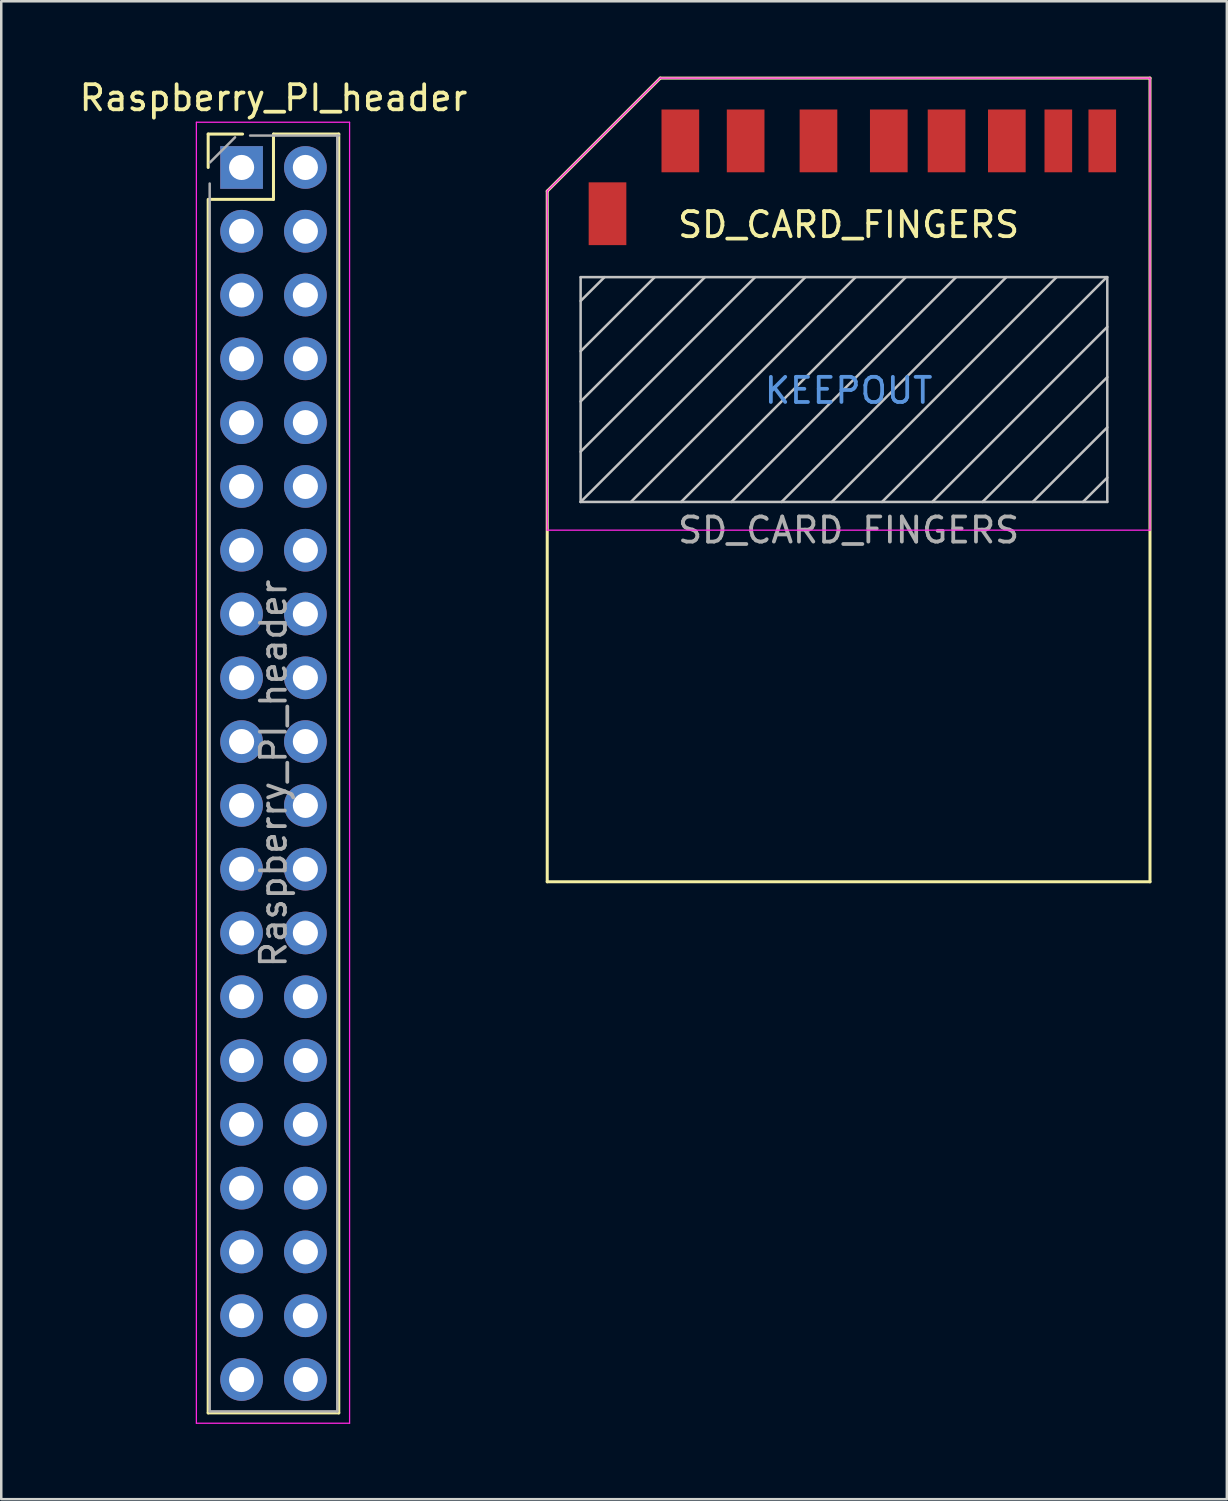
<source format=kicad_pcb>
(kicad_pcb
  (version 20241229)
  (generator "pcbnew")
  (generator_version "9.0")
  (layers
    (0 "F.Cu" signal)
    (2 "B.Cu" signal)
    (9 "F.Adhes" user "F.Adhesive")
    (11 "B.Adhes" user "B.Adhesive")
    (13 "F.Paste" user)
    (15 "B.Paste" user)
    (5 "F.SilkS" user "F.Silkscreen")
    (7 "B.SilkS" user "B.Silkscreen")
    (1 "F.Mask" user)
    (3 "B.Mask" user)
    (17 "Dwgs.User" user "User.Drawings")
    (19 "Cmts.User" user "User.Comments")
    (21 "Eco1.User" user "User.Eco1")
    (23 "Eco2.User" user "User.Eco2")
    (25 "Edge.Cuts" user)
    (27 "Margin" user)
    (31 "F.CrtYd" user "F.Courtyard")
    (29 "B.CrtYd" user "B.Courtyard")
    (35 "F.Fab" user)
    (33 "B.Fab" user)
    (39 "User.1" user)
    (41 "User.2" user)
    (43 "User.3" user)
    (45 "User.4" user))
  (footprint "Raspberry_PI_header"
    (layer "F.Cu")
    (at 9.109 3.618)
    (property "Reference" "Raspberry_PI_header" (at -1.27 -2.77 0) (layer "F.SilkS") (effects (font (size 1 1) (thickness 0.15))))
    (attr through_hole)
    (fp_line (start -3.87 -1.33) (end -3.87 0) (stroke (width 0.12) (type solid)) (layer "F.SilkS"))
    (fp_line (start -3.87 -1.33) (end -2.5 -1.33) (stroke (width 0.12) (type solid)) (layer "F.SilkS"))
    (fp_line (start -3.87 1.27) (end -3.87 49.59) (stroke (width 0.12) (type solid)) (layer "F.SilkS"))
    (fp_line (start -3.87 49.59) (end 1.33 49.59) (stroke (width 0.12) (type solid)) (layer "F.SilkS"))
    (fp_line (start -1.27 -1.33) (end -1.27 1.27) (stroke (width 0.12) (type solid)) (layer "F.SilkS"))
    (fp_line (start -1.27 -1.33) (end 1.33 -1.33) (stroke (width 0.12) (type solid)) (layer "F.SilkS"))
    (fp_line (start -1.27 1.27) (end -3.81 1.27) (stroke (width 0.12) (type solid)) (layer "F.SilkS"))
    (fp_line (start 1.33 -1.33) (end 1.33 49.59) (stroke (width 0.12) (type solid)) (layer "F.SilkS"))
    (fp_line (start -4.34 -1.8) (end 1.76 -1.8) (stroke (width 0.05) (type solid)) (layer "F.CrtYd"))
    (fp_line (start -4.34 50) (end -4.34 -1.8) (stroke (width 0.05) (type solid)) (layer "F.CrtYd"))
    (fp_line (start 1.76 -1.8) (end 1.76 50) (stroke (width 0.05) (type solid)) (layer "F.CrtYd"))
    (fp_line (start 1.76 50) (end -4.34 50) (stroke (width 0.05) (type solid)) (layer "F.CrtYd"))
    (fp_line (start -3.81 49.53) (end -3.81 0.64) (stroke (width 0.1) (type solid)) (layer "F.Fab"))
    (fp_line (start -3.8 -0.2) (end -2.8 -1.2) (stroke (width 0.1) (type solid)) (layer "F.Fab"))
    (fp_line (start -2.2 -1.27) (end 1.33 -1.27) (stroke (width 0.1) (type solid)) (layer "F.Fab"))
    (fp_line (start 1.27 -1.27) (end 1.27 49.53) (stroke (width 0.1) (type solid)) (layer "F.Fab"))
    (fp_line (start 1.27 49.53) (end -3.81 49.53) (stroke (width 0.1) (type solid)) (layer "F.Fab"))
    (fp_text user "${REFERENCE}" (at -1.27 24.13 90) (layer "F.Fab") (effects (font (size 1 1) (thickness 0.15))))
    (pad "1" thru_hole rect (at -2.54 0) (size 1.7 1.7) (drill 1) (layers "*.Cu" "*.Mask"))
    (pad "2" thru_hole circle (at 0 0) (size 1.7 1.7) (drill 1) (layers "*.Cu" "*.Mask"))
    (pad "3" thru_hole oval (at -2.54 2.54) (size 1.7 1.7) (drill 1) (layers "*.Cu" "*.Mask"))
    (pad "4" thru_hole oval (at 0 2.54) (size 1.7 1.7) (drill 1) (layers "*.Cu" "*.Mask"))
    (pad "5" thru_hole oval (at -2.54 5.08) (size 1.7 1.7) (drill 1) (layers "*.Cu" "*.Mask"))
    (pad "6" thru_hole oval (at 0 5.08) (size 1.7 1.7) (drill 1) (layers "*.Cu" "*.Mask"))
    (pad "7" thru_hole oval (at -2.54 7.62) (size 1.7 1.7) (drill 1) (layers "*.Cu" "*.Mask"))
    (pad "8" thru_hole oval (at 0 7.62) (size 1.7 1.7) (drill 1) (layers "*.Cu" "*.Mask"))
    (pad "9" thru_hole oval (at -2.54 10.16) (size 1.7 1.7) (drill 1) (layers "*.Cu" "*.Mask"))
    (pad "10" thru_hole oval (at 0 10.16) (size 1.7 1.7) (drill 1) (layers "*.Cu" "*.Mask"))
    (pad "11" thru_hole oval (at -2.54 12.7) (size 1.7 1.7) (drill 1) (layers "*.Cu" "*.Mask"))
    (pad "12" thru_hole oval (at 0 12.7) (size 1.7 1.7) (drill 1) (layers "*.Cu" "*.Mask"))
    (pad "13" thru_hole oval (at -2.54 15.24) (size 1.7 1.7) (drill 1) (layers "*.Cu" "*.Mask"))
    (pad "14" thru_hole oval (at 0 15.24) (size 1.7 1.7) (drill 1) (layers "*.Cu" "*.Mask"))
    (pad "15" thru_hole oval (at -2.54 17.78) (size 1.7 1.7) (drill 1) (layers "*.Cu" "*.Mask"))
    (pad "16" thru_hole oval (at 0 17.78) (size 1.7 1.7) (drill 1) (layers "*.Cu" "*.Mask"))
    (pad "17" thru_hole oval (at -2.54 20.32) (size 1.7 1.7) (drill 1) (layers "*.Cu" "*.Mask"))
    (pad "18" thru_hole oval (at 0 20.32) (size 1.7 1.7) (drill 1) (layers "*.Cu" "*.Mask"))
    (pad "19" thru_hole oval (at -2.54 22.86) (size 1.7 1.7) (drill 1) (layers "*.Cu" "*.Mask"))
    (pad "20" thru_hole oval (at 0 22.86) (size 1.7 1.7) (drill 1) (layers "*.Cu" "*.Mask"))
    (pad "21" thru_hole oval (at -2.54 25.4) (size 1.7 1.7) (drill 1) (layers "*.Cu" "*.Mask"))
    (pad "22" thru_hole oval (at 0 25.4) (size 1.7 1.7) (drill 1) (layers "*.Cu" "*.Mask"))
    (pad "23" thru_hole oval (at -2.54 27.94) (size 1.7 1.7) (drill 1) (layers "*.Cu" "*.Mask"))
    (pad "24" thru_hole oval (at 0 27.94) (size 1.7 1.7) (drill 1) (layers "*.Cu" "*.Mask"))
    (pad "25" thru_hole oval (at -2.54 30.48) (size 1.7 1.7) (drill 1) (layers "*.Cu" "*.Mask"))
    (pad "26" thru_hole oval (at 0 30.48) (size 1.7 1.7) (drill 1) (layers "*.Cu" "*.Mask"))
    (pad "27" thru_hole oval (at -2.54 33.02) (size 1.7 1.7) (drill 1) (layers "*.Cu" "*.Mask"))
    (pad "28" thru_hole oval (at 0 33.02) (size 1.7 1.7) (drill 1) (layers "*.Cu" "*.Mask"))
    (pad "29" thru_hole oval (at -2.54 35.56) (size 1.7 1.7) (drill 1) (layers "*.Cu" "*.Mask"))
    (pad "30" thru_hole oval (at 0 35.56) (size 1.7 1.7) (drill 1) (layers "*.Cu" "*.Mask"))
    (pad "31" thru_hole oval (at -2.54 38.1) (size 1.7 1.7) (drill 1) (layers "*.Cu" "*.Mask"))
    (pad "32" thru_hole oval (at 0 38.1) (size 1.7 1.7) (drill 1) (layers "*.Cu" "*.Mask"))
    (pad "33" thru_hole oval (at -2.54 40.64) (size 1.7 1.7) (drill 1) (layers "*.Cu" "*.Mask"))
    (pad "34" thru_hole oval (at 0 40.64) (size 1.7 1.7) (drill 1) (layers "*.Cu" "*.Mask"))
    (pad "35" thru_hole oval (at -2.54 43.18) (size 1.7 1.7) (drill 1) (layers "*.Cu" "*.Mask"))
    (pad "36" thru_hole oval (at 0 43.18) (size 1.7 1.7) (drill 1) (layers "*.Cu" "*.Mask"))
    (pad "37" thru_hole oval (at -2.54 45.72) (size 1.7 1.7) (drill 1) (layers "*.Cu" "*.Mask"))
    (pad "38" thru_hole oval (at 0 45.72) (size 1.7 1.7) (drill 1) (layers "*.Cu" "*.Mask"))
    (pad "39" thru_hole oval (at -2.54 48.26) (size 1.7 1.7) (drill 1) (layers "*.Cu" "*.Mask"))
    (pad "40" thru_hole oval (at 0 48.26) (size 1.7 1.7) (drill 1) (layers "*.Cu" "*.Mask")))
  (footprint "SD_CARD_FINGERS"
    (layer "F.Cu")
    (at 30.739 16.06)
    (property "Reference" "SD_CARD_FINGERS" (at 0 -10.16 0) (layer "F.SilkS") (effects (font (size 1 1) (thickness 0.15))))
    (attr smd)
    (fp_line (start -12 -11.5) (end -7.5 -16) (stroke (width 0.12) (type solid)) (layer "F.SilkS"))
    (fp_line (start -12 16) (end -12 -11.5) (stroke (width 0.12) (type solid)) (layer "F.SilkS"))
    (fp_line (start -7.5 -16) (end 12 -16) (stroke (width 0.12) (type solid)) (layer "F.SilkS"))
    (fp_line (start 12 -16) (end 12 16) (stroke (width 0.12) (type solid)) (layer "F.SilkS"))
    (fp_line (start 12 16) (end -12 16) (stroke (width 0.12) (type solid)) (layer "F.SilkS"))
    (fp_line (start -10.67 -8.075) (end -10.67 0.875) (stroke (width 0.1) (type solid)) (layer "Dwgs.User"))
    (fp_line (start -10.67 0.875) (end 10.3 0.875) (stroke (width 0.1) (type solid)) (layer "Dwgs.User"))
    (fp_line (start -9.72 -8.075) (end -10.67 -7.125) (stroke (width 0.1) (type solid)) (layer "Dwgs.User"))
    (fp_line (start -7.72 -8.075) (end -10.67 -5.125) (stroke (width 0.1) (type solid)) (layer "Dwgs.User"))
    (fp_line (start -5.72 -8.075) (end -10.67 -3.125) (stroke (width 0.1) (type solid)) (layer "Dwgs.User"))
    (fp_line (start -3.72 -8.075) (end -10.67 -1.125) (stroke (width 0.1) (type solid)) (layer "Dwgs.User"))
    (fp_line (start -1.72 -8.075) (end -10.67 0.875) (stroke (width 0.1) (type solid)) (layer "Dwgs.User"))
    (fp_line (start 0.28 -8.075) (end -8.67 0.875) (stroke (width 0.1) (type solid)) (layer "Dwgs.User"))
    (fp_line (start 2.28 -8.075) (end -6.67 0.875) (stroke (width 0.1) (type solid)) (layer "Dwgs.User"))
    (fp_line (start 4.28 -8.075) (end -4.67 0.875) (stroke (width 0.1) (type solid)) (layer "Dwgs.User"))
    (fp_line (start 6.28 -8.075) (end -2.67 0.875) (stroke (width 0.1) (type solid)) (layer "Dwgs.User"))
    (fp_line (start 8.28 -8.075) (end -0.67 0.875) (stroke (width 0.1) (type solid)) (layer "Dwgs.User"))
    (fp_line (start 10.28 -8.075) (end 1.33 0.875) (stroke (width 0.1) (type solid)) (layer "Dwgs.User"))
    (fp_line (start 10.3 -8.075) (end -10.67 -8.075) (stroke (width 0.1) (type solid)) (layer "Dwgs.User"))
    (fp_line (start 10.3 -6.095) (end 3.33 0.875) (stroke (width 0.1) (type solid)) (layer "Dwgs.User"))
    (fp_line (start 10.3 -4.095) (end 5.33 0.875) (stroke (width 0.1) (type solid)) (layer "Dwgs.User"))
    (fp_line (start 10.3 -2.095) (end 7.33 0.875) (stroke (width 0.1) (type solid)) (layer "Dwgs.User"))
    (fp_line (start 10.3 -0.095) (end 9.33 0.875) (stroke (width 0.1) (type solid)) (layer "Dwgs.User"))
    (fp_line (start 10.3 0.875) (end 10.3 -8.075) (stroke (width 0.1) (type solid)) (layer "Dwgs.User"))
    (fp_line (start -12 -11.5) (end -12 2) (stroke (width 0.05) (type solid)) (layer "F.CrtYd"))
    (fp_line (start -7.5 -16) (end -12 -11.5) (stroke (width 0.05) (type solid)) (layer "F.CrtYd"))
    (fp_line (start -7.5 -16) (end 12 -16) (stroke (width 0.05) (type solid)) (layer "F.CrtYd"))
    (fp_line (start 12 2) (end -12 2) (stroke (width 0.05) (type solid)) (layer "F.CrtYd"))
    (fp_line (start 12 2) (end 12 -16) (stroke (width 0.05) (type solid)) (layer "F.CrtYd"))
    (fp_text user "KEEPOUT" (at 0 -3.56 0) (layer "Cmts.User") (effects (font (size 1 1) (thickness 0.15))))
    (fp_text user "${REFERENCE}" (at 0 2 0) (layer "F.Fab") (effects (font (size 1 1) (thickness 0.15))))
    (pad "1" smd rect (at -6.7 -13.5) (size 1.5 2.5) (layers "F.Cu" "F.Mask" "F.Paste"))
    (pad "2" smd rect (at -4.1 -13.5) (size 1.5 2.5) (layers "F.Cu" "F.Mask" "F.Paste"))
    (pad "3" smd rect (at -1.2 -13.5) (size 1.5 2.5) (layers "F.Cu" "F.Mask" "F.Paste"))
    (pad "4" smd rect (at 1.6 -13.5) (size 1.5 2.5) (layers "F.Cu" "F.Mask" "F.Paste"))
    (pad "5" smd rect (at 3.9 -13.5) (size 1.5 2.5) (layers "F.Cu" "F.Mask" "F.Paste"))
    (pad "6" smd rect (at 6.3 -13.5) (size 1.5 2.5) (layers "F.Cu" "F.Mask" "F.Paste"))
    (pad "7" smd rect (at 8.35 -13.5) (size 1.1 2.5) (layers "F.Cu" "F.Mask" "F.Paste"))
    (pad "8" smd rect (at 10.1 -13.5) (size 1.1 2.5) (layers "F.Cu" "F.Mask" "F.Paste"))
    (pad "9" smd rect (at -9.6 -10.6) (size 1.5 2.5) (layers "F.Cu" "F.Mask" "F.Paste")))
  (gr_rect
    (start -3 -3)
    (end 45.799 56.643)
    (stroke (width 0.1) (type default))
    (fill no)
    (layer "Edge.Cuts")))
</source>
